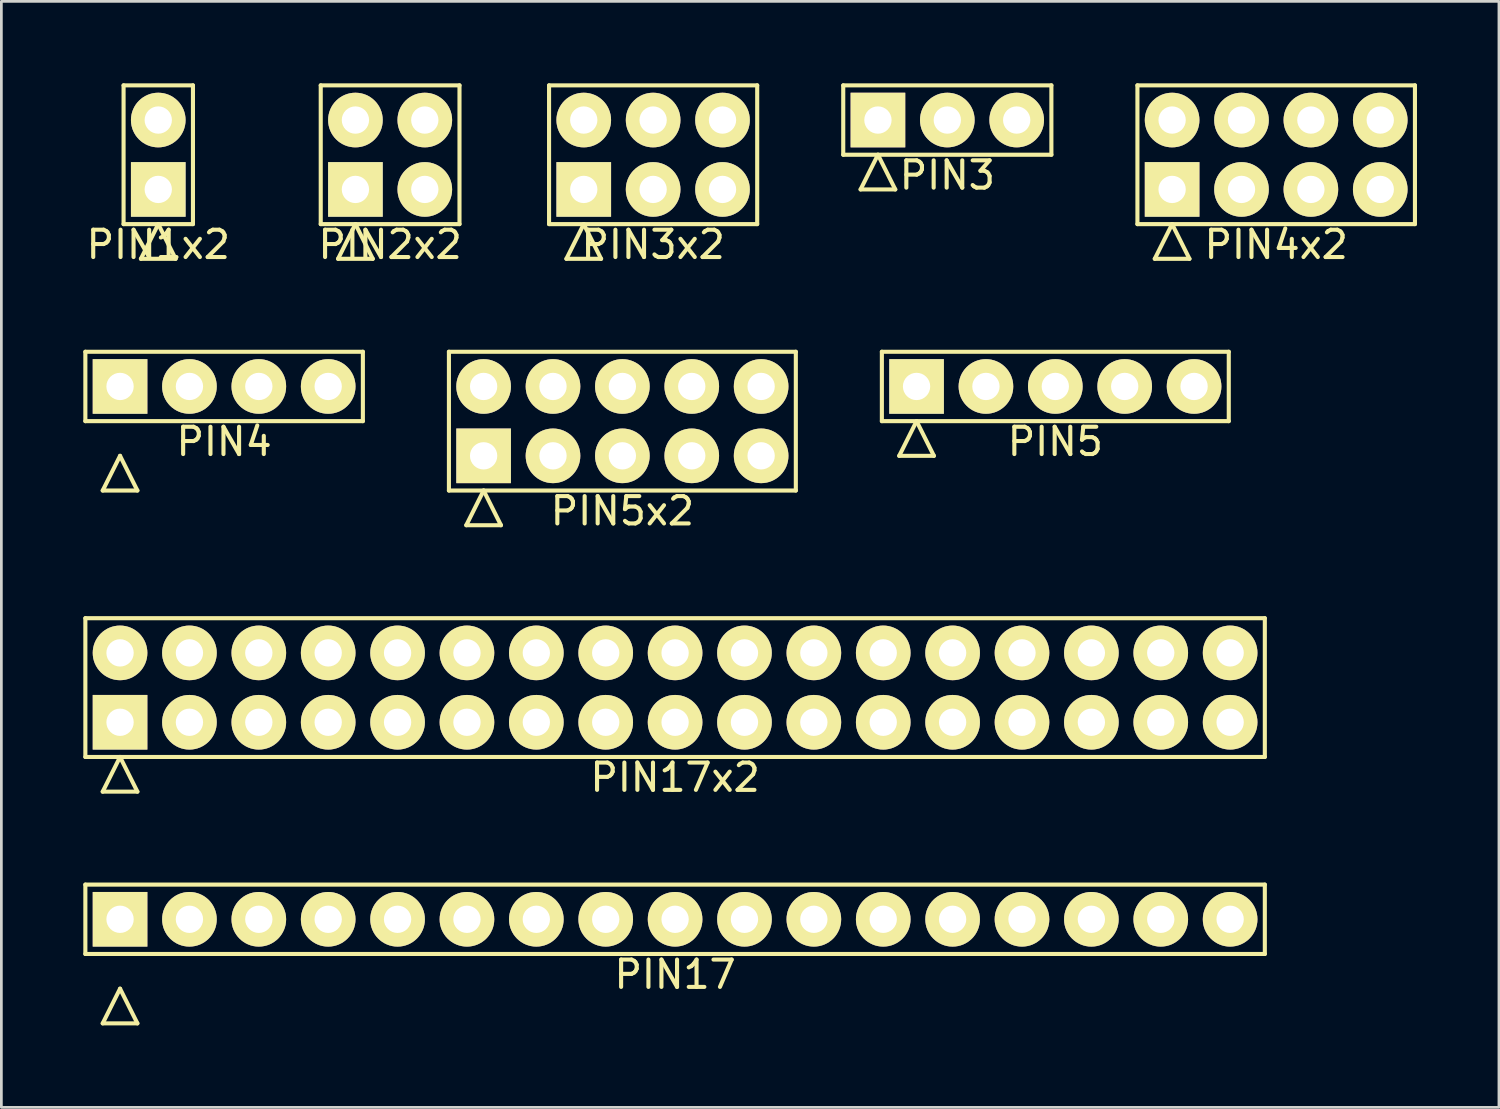
<source format=kicad_pcb>
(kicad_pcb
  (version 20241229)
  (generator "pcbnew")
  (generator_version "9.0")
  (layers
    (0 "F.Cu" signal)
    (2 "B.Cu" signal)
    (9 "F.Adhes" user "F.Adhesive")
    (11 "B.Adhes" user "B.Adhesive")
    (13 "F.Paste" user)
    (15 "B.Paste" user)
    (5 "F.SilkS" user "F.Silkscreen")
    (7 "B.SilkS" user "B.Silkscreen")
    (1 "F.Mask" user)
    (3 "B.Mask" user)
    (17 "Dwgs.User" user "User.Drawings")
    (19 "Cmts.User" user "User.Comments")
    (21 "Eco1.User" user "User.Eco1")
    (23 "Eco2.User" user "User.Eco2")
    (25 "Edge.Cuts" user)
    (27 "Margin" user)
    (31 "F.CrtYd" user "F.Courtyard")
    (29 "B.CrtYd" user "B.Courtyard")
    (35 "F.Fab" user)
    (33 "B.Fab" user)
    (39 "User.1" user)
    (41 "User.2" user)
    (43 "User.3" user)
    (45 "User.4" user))
  (footprint "PIN4x2"
    (layer "F.Cu")
    (at 43.671 2.615)
    (property "Reference" "PIN4x2" (at 0 3.29 0) (layer "F.SilkS") (effects (font (size 1 1) (thickness 0.15))))
    (attr through_hole)
    (fp_line (start -5.08 -2.54) (end -5.08 2.54) (stroke (width 0.15) (type solid)) (layer "F.SilkS"))
    (fp_line (start -5.08 2.54) (end 5.08 2.54) (stroke (width 0.15) (type solid)) (layer "F.SilkS"))
    (fp_line (start -4.445 3.81) (end -3.81 2.54) (stroke (width 0.15) (type solid)) (layer "F.SilkS"))
    (fp_line (start -4.445 3.81) (end -3.175 3.81) (stroke (width 0.15) (type solid)) (layer "F.SilkS"))
    (fp_line (start -3.175 3.81) (end -3.81 2.54) (stroke (width 0.15) (type solid)) (layer "F.SilkS"))
    (fp_line (start 5.08 -2.54) (end -5.08 -2.54) (stroke (width 0.15) (type solid)) (layer "F.SilkS"))
    (fp_line (start 5.08 2.54) (end 5.08 -2.54) (stroke (width 0.15) (type solid)) (layer "F.SilkS"))
    (pad "1" thru_hole rect (at -3.81 1.27) (size 2 2) (drill 1) (layers "*.Cu" "*.Mask" "F.SilkS"))
    (pad "2" thru_hole circle (at -3.81 -1.27) (size 2 2) (drill 1) (layers "*.Cu" "*.Mask" "F.SilkS"))
    (pad "3" thru_hole circle (at -1.27 1.27) (size 2 2) (drill 1) (layers "*.Cu" "*.Mask" "F.SilkS"))
    (pad "4" thru_hole circle (at -1.27 -1.27) (size 2 2) (drill 1) (layers "*.Cu" "*.Mask" "F.SilkS"))
    (pad "5" thru_hole circle (at 1.27 1.27) (size 2 2) (drill 1) (layers "*.Cu" "*.Mask" "F.SilkS"))
    (pad "6" thru_hole circle (at 1.27 -1.27) (size 2 2) (drill 1) (layers "*.Cu" "*.Mask" "F.SilkS"))
    (pad "7" thru_hole circle (at 3.81 1.27) (size 2 2) (drill 1) (layers "*.Cu" "*.Mask" "F.SilkS"))
    (pad "8" thru_hole circle (at 3.81 -1.27) (size 2 2) (drill 1) (layers "*.Cu" "*.Mask" "F.SilkS")))
  (footprint "PIN2x2"
    (layer "F.Cu")
    (at 11.232 2.615)
    (property "Reference" "PIN2x2" (at 0 3.29 0) (layer "F.SilkS") (effects (font (size 1 1) (thickness 0.15))))
    (attr through_hole)
    (fp_line (start -2.54 -2.54) (end -2.54 2.54) (stroke (width 0.15) (type solid)) (layer "F.SilkS"))
    (fp_line (start -2.54 2.54) (end 2.54 2.54) (stroke (width 0.15) (type solid)) (layer "F.SilkS"))
    (fp_line (start -1.905 3.81) (end -1.27 2.54) (stroke (width 0.15) (type solid)) (layer "F.SilkS"))
    (fp_line (start -1.905 3.81) (end -0.635 3.81) (stroke (width 0.15) (type solid)) (layer "F.SilkS"))
    (fp_line (start -0.635 3.81) (end -1.27 2.54) (stroke (width 0.15) (type solid)) (layer "F.SilkS"))
    (fp_line (start 2.54 -2.54) (end -2.54 -2.54) (stroke (width 0.15) (type solid)) (layer "F.SilkS"))
    (fp_line (start 2.54 2.54) (end 2.54 -2.54) (stroke (width 0.15) (type solid)) (layer "F.SilkS"))
    (pad "1" thru_hole rect (at -1.27 1.27) (size 2 2) (drill 1) (layers "*.Cu" "*.Mask" "F.SilkS"))
    (pad "2" thru_hole circle (at -1.27 -1.27) (size 2 2) (drill 1) (layers "*.Cu" "*.Mask" "F.SilkS"))
    (pad "3" thru_hole circle (at 1.27 1.27) (size 2 2) (drill 1) (layers "*.Cu" "*.Mask" "F.SilkS"))
    (pad "4" thru_hole circle (at 1.27 -1.27) (size 2 2) (drill 1) (layers "*.Cu" "*.Mask" "F.SilkS")))
  (footprint "PIN1x2"
    (layer "F.Cu")
    (at 2.744 2.615)
    (property "Reference" "PIN1x2" (at 0 3.29 0) (layer "F.SilkS") (effects (font (size 1 1) (thickness 0.15))))
    (attr through_hole)
    (fp_line (start -1.27 -2.54) (end -1.27 2.54) (stroke (width 0.15) (type solid)) (layer "F.SilkS"))
    (fp_line (start -1.27 2.54) (end 1.27 2.54) (stroke (width 0.15) (type solid)) (layer "F.SilkS"))
    (fp_line (start -0.635 3.81) (end 0 2.54) (stroke (width 0.15) (type solid)) (layer "F.SilkS"))
    (fp_line (start -0.635 3.81) (end 0.635 3.81) (stroke (width 0.15) (type solid)) (layer "F.SilkS"))
    (fp_line (start 0.635 3.81) (end 0 2.54) (stroke (width 0.15) (type solid)) (layer "F.SilkS"))
    (fp_line (start 1.27 -2.54) (end -1.27 -2.54) (stroke (width 0.15) (type solid)) (layer "F.SilkS"))
    (fp_line (start 1.27 2.54) (end 1.27 -2.54) (stroke (width 0.15) (type solid)) (layer "F.SilkS"))
    (pad "1" thru_hole rect (at 0 1.27) (size 2 2) (drill 1) (layers "*.Cu" "*.Mask" "F.SilkS"))
    (pad "2" thru_hole circle (at 0 -1.27) (size 2 2) (drill 1) (layers "*.Cu" "*.Mask" "F.SilkS")))
  (footprint "PIN17"
    (layer "F.Cu")
    (at 21.665 30.605)
    (property "Reference" "PIN17" (at 0 2.02 0) (layer "F.SilkS") (effects (font (size 1 1) (thickness 0.15))))
    (attr through_hole)
    (fp_line (start -21.59 -1.27) (end -21.59 1.27) (stroke (width 0.15) (type solid)) (layer "F.SilkS"))
    (fp_line (start -21.59 1.27) (end 21.59 1.27) (stroke (width 0.15) (type solid)) (layer "F.SilkS"))
    (fp_line (start -20.955 3.81) (end -20.32 2.54) (stroke (width 0.15) (type solid)) (layer "F.SilkS"))
    (fp_line (start -20.955 3.81) (end -19.685 3.81) (stroke (width 0.15) (type solid)) (layer "F.SilkS"))
    (fp_line (start -19.685 3.81) (end -20.32 2.54) (stroke (width 0.15) (type solid)) (layer "F.SilkS"))
    (fp_line (start 21.59 -1.27) (end -21.59 -1.27) (stroke (width 0.15) (type solid)) (layer "F.SilkS"))
    (fp_line (start 21.59 1.27) (end 21.59 -1.27) (stroke (width 0.15) (type solid)) (layer "F.SilkS"))
    (pad "1" thru_hole rect (at -20.32 0) (size 2 2) (drill 1) (layers "*.Cu" "*.Mask" "F.SilkS"))
    (pad "2" thru_hole circle (at -17.78 0) (size 2 2) (drill 1) (layers "*.Cu" "*.Mask" "F.SilkS"))
    (pad "3" thru_hole circle (at -15.24 0) (size 2 2) (drill 1) (layers "*.Cu" "*.Mask" "F.SilkS"))
    (pad "4" thru_hole circle (at -12.7 0) (size 2 2) (drill 1) (layers "*.Cu" "*.Mask" "F.SilkS"))
    (pad "5" thru_hole circle (at -10.16 0) (size 2 2) (drill 1) (layers "*.Cu" "*.Mask" "F.SilkS"))
    (pad "6" thru_hole circle (at -7.62 0) (size 2 2) (drill 1) (layers "*.Cu" "*.Mask" "F.SilkS"))
    (pad "7" thru_hole circle (at -5.08 0) (size 2 2) (drill 1) (layers "*.Cu" "*.Mask" "F.SilkS"))
    (pad "8" thru_hole circle (at -2.54 0) (size 2 2) (drill 1) (layers "*.Cu" "*.Mask" "F.SilkS"))
    (pad "9" thru_hole circle (at 0 0) (size 2 2) (drill 1) (layers "*.Cu" "*.Mask" "F.SilkS"))
    (pad "10" thru_hole circle (at 2.54 0) (size 2 2) (drill 1) (layers "*.Cu" "*.Mask" "F.SilkS"))
    (pad "11" thru_hole circle (at 5.08 0) (size 2 2) (drill 1) (layers "*.Cu" "*.Mask" "F.SilkS"))
    (pad "12" thru_hole circle (at 7.62 0) (size 2 2) (drill 1) (layers "*.Cu" "*.Mask" "F.SilkS"))
    (pad "13" thru_hole circle (at 10.16 0) (size 2 2) (drill 1) (layers "*.Cu" "*.Mask" "F.SilkS"))
    (pad "14" thru_hole circle (at 12.7 0) (size 2 2) (drill 1) (layers "*.Cu" "*.Mask" "F.SilkS"))
    (pad "15" thru_hole circle (at 15.24 0) (size 2 2) (drill 1) (layers "*.Cu" "*.Mask" "F.SilkS"))
    (pad "16" thru_hole circle (at 17.78 0) (size 2 2) (drill 1) (layers "*.Cu" "*.Mask" "F.SilkS"))
    (pad "17" thru_hole circle (at 20.32 0) (size 2 2) (drill 1) (layers "*.Cu" "*.Mask" "F.SilkS")))
  (footprint "PIN17x2"
    (layer "F.Cu")
    (at 21.665 22.122)
    (property "Reference" "PIN17x2" (at 0 3.29 0) (layer "F.SilkS") (effects (font (size 1 1) (thickness 0.15))))
    (attr through_hole)
    (fp_line (start -21.59 -2.54) (end -21.59 2.54) (stroke (width 0.15) (type solid)) (layer "F.SilkS"))
    (fp_line (start -21.59 2.54) (end 21.59 2.54) (stroke (width 0.15) (type solid)) (layer "F.SilkS"))
    (fp_line (start -20.955 3.81) (end -20.32 2.54) (stroke (width 0.15) (type solid)) (layer "F.SilkS"))
    (fp_line (start -20.955 3.81) (end -19.685 3.81) (stroke (width 0.15) (type solid)) (layer "F.SilkS"))
    (fp_line (start -19.685 3.81) (end -20.32 2.54) (stroke (width 0.15) (type solid)) (layer "F.SilkS"))
    (fp_line (start 21.59 -2.54) (end -21.59 -2.54) (stroke (width 0.15) (type solid)) (layer "F.SilkS"))
    (fp_line (start 21.59 2.54) (end 21.59 -2.54) (stroke (width 0.15) (type solid)) (layer "F.SilkS"))
    (pad "1" thru_hole rect (at -20.32 1.27) (size 2 2) (drill 1) (layers "*.Cu" "*.Mask" "F.SilkS"))
    (pad "2" thru_hole circle (at -20.32 -1.27) (size 2 2) (drill 1) (layers "*.Cu" "*.Mask" "F.SilkS"))
    (pad "3" thru_hole circle (at -17.78 1.27) (size 2 2) (drill 1) (layers "*.Cu" "*.Mask" "F.SilkS"))
    (pad "4" thru_hole circle (at -17.78 -1.27) (size 2 2) (drill 1) (layers "*.Cu" "*.Mask" "F.SilkS"))
    (pad "5" thru_hole circle (at -15.24 1.27) (size 2 2) (drill 1) (layers "*.Cu" "*.Mask" "F.SilkS"))
    (pad "6" thru_hole circle (at -15.24 -1.27) (size 2 2) (drill 1) (layers "*.Cu" "*.Mask" "F.SilkS"))
    (pad "7" thru_hole circle (at -12.7 1.27) (size 2 2) (drill 1) (layers "*.Cu" "*.Mask" "F.SilkS"))
    (pad "8" thru_hole circle (at -12.7 -1.27) (size 2 2) (drill 1) (layers "*.Cu" "*.Mask" "F.SilkS"))
    (pad "9" thru_hole circle (at -10.16 1.27) (size 2 2) (drill 1) (layers "*.Cu" "*.Mask" "F.SilkS"))
    (pad "10" thru_hole circle (at -10.16 -1.27) (size 2 2) (drill 1) (layers "*.Cu" "*.Mask" "F.SilkS"))
    (pad "11" thru_hole circle (at -7.62 1.27) (size 2 2) (drill 1) (layers "*.Cu" "*.Mask" "F.SilkS"))
    (pad "12" thru_hole circle (at -7.62 -1.27) (size 2 2) (drill 1) (layers "*.Cu" "*.Mask" "F.SilkS"))
    (pad "13" thru_hole circle (at -5.08 1.27) (size 2 2) (drill 1) (layers "*.Cu" "*.Mask" "F.SilkS"))
    (pad "14" thru_hole circle (at -5.08 -1.27) (size 2 2) (drill 1) (layers "*.Cu" "*.Mask" "F.SilkS"))
    (pad "15" thru_hole circle (at -2.54 1.27) (size 2 2) (drill 1) (layers "*.Cu" "*.Mask" "F.SilkS"))
    (pad "16" thru_hole circle (at -2.54 -1.27) (size 2 2) (drill 1) (layers "*.Cu" "*.Mask" "F.SilkS"))
    (pad "17" thru_hole circle (at 0 1.27) (size 2 2) (drill 1) (layers "*.Cu" "*.Mask" "F.SilkS"))
    (pad "18" thru_hole circle (at 0 -1.27) (size 2 2) (drill 1) (layers "*.Cu" "*.Mask" "F.SilkS"))
    (pad "19" thru_hole circle (at 2.54 1.27) (size 2 2) (drill 1) (layers "*.Cu" "*.Mask" "F.SilkS"))
    (pad "20" thru_hole circle (at 2.54 -1.27) (size 2 2) (drill 1) (layers "*.Cu" "*.Mask" "F.SilkS"))
    (pad "21" thru_hole circle (at 5.08 1.27) (size 2 2) (drill 1) (layers "*.Cu" "*.Mask" "F.SilkS"))
    (pad "22" thru_hole circle (at 5.08 -1.27) (size 2 2) (drill 1) (layers "*.Cu" "*.Mask" "F.SilkS"))
    (pad "23" thru_hole circle (at 7.62 1.27) (size 2 2) (drill 1) (layers "*.Cu" "*.Mask" "F.SilkS"))
    (pad "24" thru_hole circle (at 7.62 -1.27) (size 2 2) (drill 1) (layers "*.Cu" "*.Mask" "F.SilkS"))
    (pad "25" thru_hole circle (at 10.16 1.27) (size 2 2) (drill 1) (layers "*.Cu" "*.Mask" "F.SilkS"))
    (pad "26" thru_hole circle (at 10.16 -1.27) (size 2 2) (drill 1) (layers "*.Cu" "*.Mask" "F.SilkS"))
    (pad "27" thru_hole circle (at 12.7 1.27) (size 2 2) (drill 1) (layers "*.Cu" "*.Mask" "F.SilkS"))
    (pad "28" thru_hole circle (at 12.7 -1.27) (size 2 2) (drill 1) (layers "*.Cu" "*.Mask" "F.SilkS"))
    (pad "29" thru_hole circle (at 15.24 1.27) (size 2 2) (drill 1) (layers "*.Cu" "*.Mask" "F.SilkS"))
    (pad "30" thru_hole circle (at 15.24 -1.27) (size 2 2) (drill 1) (layers "*.Cu" "*.Mask" "F.SilkS"))
    (pad "31" thru_hole circle (at 17.78 1.27) (size 2 2) (drill 1) (layers "*.Cu" "*.Mask" "F.SilkS"))
    (pad "32" thru_hole circle (at 17.78 -1.27) (size 2 2) (drill 1) (layers "*.Cu" "*.Mask" "F.SilkS"))
    (pad "33" thru_hole circle (at 20.32 1.27) (size 2 2) (drill 1) (layers "*.Cu" "*.Mask" "F.SilkS"))
    (pad "34" thru_hole circle (at 20.32 -1.27) (size 2 2) (drill 1) (layers "*.Cu" "*.Mask" "F.SilkS")))
  (footprint "PIN5"
    (layer "F.Cu")
    (at 35.585 11.098)
    (property "Reference" "PIN5" (at 0 2.02 0) (layer "F.SilkS") (effects (font (size 1 1) (thickness 0.15))))
    (attr through_hole)
    (fp_line (start -6.35 -1.27) (end -6.35 1.27) (stroke (width 0.15) (type solid)) (layer "F.SilkS"))
    (fp_line (start -6.35 1.27) (end 6.35 1.27) (stroke (width 0.15) (type solid)) (layer "F.SilkS"))
    (fp_line (start -5.715 2.54) (end -5.08 1.27) (stroke (width 0.15) (type solid)) (layer "F.SilkS"))
    (fp_line (start -5.715 2.54) (end -4.445 2.54) (stroke (width 0.15) (type solid)) (layer "F.SilkS"))
    (fp_line (start -4.445 2.54) (end -5.08 1.27) (stroke (width 0.15) (type solid)) (layer "F.SilkS"))
    (fp_line (start 6.35 -1.27) (end -6.35 -1.27) (stroke (width 0.15) (type solid)) (layer "F.SilkS"))
    (fp_line (start 6.35 1.27) (end 6.35 -1.27) (stroke (width 0.15) (type solid)) (layer "F.SilkS"))
    (pad "1" thru_hole rect (at -5.08 0) (size 2 2) (drill 1) (layers "*.Cu" "*.Mask" "F.SilkS"))
    (pad "2" thru_hole circle (at -2.54 0) (size 2 2) (drill 1) (layers "*.Cu" "*.Mask" "F.SilkS"))
    (pad "3" thru_hole circle (at 0 0) (size 2 2) (drill 1) (layers "*.Cu" "*.Mask" "F.SilkS"))
    (pad "4" thru_hole circle (at 2.54 0) (size 2 2) (drill 1) (layers "*.Cu" "*.Mask" "F.SilkS"))
    (pad "5" thru_hole circle (at 5.08 0) (size 2 2) (drill 1) (layers "*.Cu" "*.Mask" "F.SilkS")))
  (footprint "PIN4"
    (layer "F.Cu")
    (at 5.155 11.098)
    (property "Reference" "PIN4" (at 0 2.02 0) (layer "F.SilkS") (effects (font (size 1 1) (thickness 0.15))))
    (attr through_hole)
    (fp_line (start -5.08 -1.27) (end -5.08 1.27) (stroke (width 0.15) (type solid)) (layer "F.SilkS"))
    (fp_line (start -5.08 1.27) (end 5.08 1.27) (stroke (width 0.15) (type solid)) (layer "F.SilkS"))
    (fp_line (start -4.445 3.81) (end -3.81 2.54) (stroke (width 0.15) (type solid)) (layer "F.SilkS"))
    (fp_line (start -4.445 3.81) (end -3.175 3.81) (stroke (width 0.15) (type solid)) (layer "F.SilkS"))
    (fp_line (start -3.175 3.81) (end -3.81 2.54) (stroke (width 0.15) (type solid)) (layer "F.SilkS"))
    (fp_line (start 5.08 -1.27) (end -5.08 -1.27) (stroke (width 0.15) (type solid)) (layer "F.SilkS"))
    (fp_line (start 5.08 1.27) (end 5.08 -1.27) (stroke (width 0.15) (type solid)) (layer "F.SilkS"))
    (pad "1" thru_hole rect (at -3.81 0) (size 2 2) (drill 1) (layers "*.Cu" "*.Mask" "F.SilkS"))
    (pad "2" thru_hole circle (at -1.27 0) (size 2 2) (drill 1) (layers "*.Cu" "*.Mask" "F.SilkS"))
    (pad "3" thru_hole circle (at 1.27 0) (size 2 2) (drill 1) (layers "*.Cu" "*.Mask" "F.SilkS"))
    (pad "4" thru_hole circle (at 3.81 0) (size 2 2) (drill 1) (layers "*.Cu" "*.Mask" "F.SilkS")))
  (footprint "PIN3"
    (layer "F.Cu")
    (at 31.631 1.345)
    (property "Reference" "PIN3" (at 0 2.02 0) (layer "F.SilkS") (effects (font (size 1 1) (thickness 0.15))))
    (attr through_hole)
    (fp_line (start -3.81 -1.27) (end -3.81 1.27) (stroke (width 0.15) (type solid)) (layer "F.SilkS"))
    (fp_line (start -3.81 1.27) (end 3.81 1.27) (stroke (width 0.15) (type solid)) (layer "F.SilkS"))
    (fp_line (start -3.175 2.54) (end -2.54 1.27) (stroke (width 0.15) (type solid)) (layer "F.SilkS"))
    (fp_line (start -3.175 2.54) (end -1.905 2.54) (stroke (width 0.15) (type solid)) (layer "F.SilkS"))
    (fp_line (start -1.905 2.54) (end -2.54 1.27) (stroke (width 0.15) (type solid)) (layer "F.SilkS"))
    (fp_line (start 3.81 -1.27) (end -3.81 -1.27) (stroke (width 0.15) (type solid)) (layer "F.SilkS"))
    (fp_line (start 3.81 1.27) (end 3.81 -1.27) (stroke (width 0.15) (type solid)) (layer "F.SilkS"))
    (pad "1" thru_hole rect (at -2.54 0) (size 2 2) (drill 1) (layers "*.Cu" "*.Mask" "F.SilkS"))
    (pad "2" thru_hole circle (at 0 0) (size 2 2) (drill 1) (layers "*.Cu" "*.Mask" "F.SilkS"))
    (pad "3" thru_hole circle (at 2.54 0) (size 2 2) (drill 1) (layers "*.Cu" "*.Mask" "F.SilkS")))
  (footprint "PIN3x2"
    (layer "F.Cu")
    (at 20.861 2.615)
    (property "Reference" "PIN3x2" (at 0 3.29 0) (layer "F.SilkS") (effects (font (size 1 1) (thickness 0.15))))
    (attr through_hole)
    (fp_line (start -3.81 -2.54) (end -3.81 2.54) (stroke (width 0.15) (type solid)) (layer "F.SilkS"))
    (fp_line (start -3.81 2.54) (end 3.81 2.54) (stroke (width 0.15) (type solid)) (layer "F.SilkS"))
    (fp_line (start -3.175 3.81) (end -2.54 2.54) (stroke (width 0.15) (type solid)) (layer "F.SilkS"))
    (fp_line (start -3.175 3.81) (end -1.905 3.81) (stroke (width 0.15) (type solid)) (layer "F.SilkS"))
    (fp_line (start -1.905 3.81) (end -2.54 2.54) (stroke (width 0.15) (type solid)) (layer "F.SilkS"))
    (fp_line (start 3.81 -2.54) (end -3.81 -2.54) (stroke (width 0.15) (type solid)) (layer "F.SilkS"))
    (fp_line (start 3.81 2.54) (end 3.81 -2.54) (stroke (width 0.15) (type solid)) (layer "F.SilkS"))
    (pad "1" thru_hole rect (at -2.54 1.27) (size 2 2) (drill 1) (layers "*.Cu" "*.Mask" "F.SilkS"))
    (pad "2" thru_hole circle (at -2.54 -1.27) (size 2 2) (drill 1) (layers "*.Cu" "*.Mask" "F.SilkS"))
    (pad "3" thru_hole circle (at 0 1.27) (size 2 2) (drill 1) (layers "*.Cu" "*.Mask" "F.SilkS"))
    (pad "4" thru_hole circle (at 0 -1.27) (size 2 2) (drill 1) (layers "*.Cu" "*.Mask" "F.SilkS"))
    (pad "5" thru_hole circle (at 2.54 1.27) (size 2 2) (drill 1) (layers "*.Cu" "*.Mask" "F.SilkS"))
    (pad "6" thru_hole circle (at 2.54 -1.27) (size 2 2) (drill 1) (layers "*.Cu" "*.Mask" "F.SilkS")))
  (footprint "PIN5x2"
    (layer "F.Cu")
    (at 19.735 12.368)
    (property "Reference" "PIN5x2" (at 0 3.29 0) (layer "F.SilkS") (effects (font (size 1 1) (thickness 0.15))))
    (attr through_hole)
    (fp_line (start -6.35 -2.54) (end -6.35 2.54) (stroke (width 0.15) (type solid)) (layer "F.SilkS"))
    (fp_line (start -6.35 2.54) (end 6.35 2.54) (stroke (width 0.15) (type solid)) (layer "F.SilkS"))
    (fp_line (start -5.715 3.81) (end -5.08 2.54) (stroke (width 0.15) (type solid)) (layer "F.SilkS"))
    (fp_line (start -5.715 3.81) (end -4.445 3.81) (stroke (width 0.15) (type solid)) (layer "F.SilkS"))
    (fp_line (start -4.445 3.81) (end -5.08 2.54) (stroke (width 0.15) (type solid)) (layer "F.SilkS"))
    (fp_line (start 6.35 -2.54) (end -6.35 -2.54) (stroke (width 0.15) (type solid)) (layer "F.SilkS"))
    (fp_line (start 6.35 2.54) (end 6.35 -2.54) (stroke (width 0.15) (type solid)) (layer "F.SilkS"))
    (pad "1" thru_hole rect (at -5.08 1.27) (size 2 2) (drill 1) (layers "*.Cu" "*.Mask" "F.SilkS"))
    (pad "2" thru_hole circle (at -5.08 -1.27) (size 2 2) (drill 1) (layers "*.Cu" "*.Mask" "F.SilkS"))
    (pad "3" thru_hole circle (at -2.54 1.27) (size 2 2) (drill 1) (layers "*.Cu" "*.Mask" "F.SilkS"))
    (pad "4" thru_hole circle (at -2.54 -1.27) (size 2 2) (drill 1) (layers "*.Cu" "*.Mask" "F.SilkS"))
    (pad "5" thru_hole circle (at 0 1.27) (size 2 2) (drill 1) (layers "*.Cu" "*.Mask" "F.SilkS"))
    (pad "6" thru_hole circle (at 0 -1.27) (size 2 2) (drill 1) (layers "*.Cu" "*.Mask" "F.SilkS"))
    (pad "7" thru_hole circle (at 2.54 1.27) (size 2 2) (drill 1) (layers "*.Cu" "*.Mask" "F.SilkS"))
    (pad "8" thru_hole circle (at 2.54 -1.27) (size 2 2) (drill 1) (layers "*.Cu" "*.Mask" "F.SilkS"))
    (pad "9" thru_hole circle (at 5.08 1.27) (size 2 2) (drill 1) (layers "*.Cu" "*.Mask" "F.SilkS"))
    (pad "10" thru_hole circle (at 5.08 -1.27) (size 2 2) (drill 1) (layers "*.Cu" "*.Mask" "F.SilkS")))
  (gr_rect
    (start -3 -3)
    (end 51.826 37.49)
    (stroke (width 0.1) (type default))
    (fill no)
    (layer "Edge.Cuts")))
</source>
